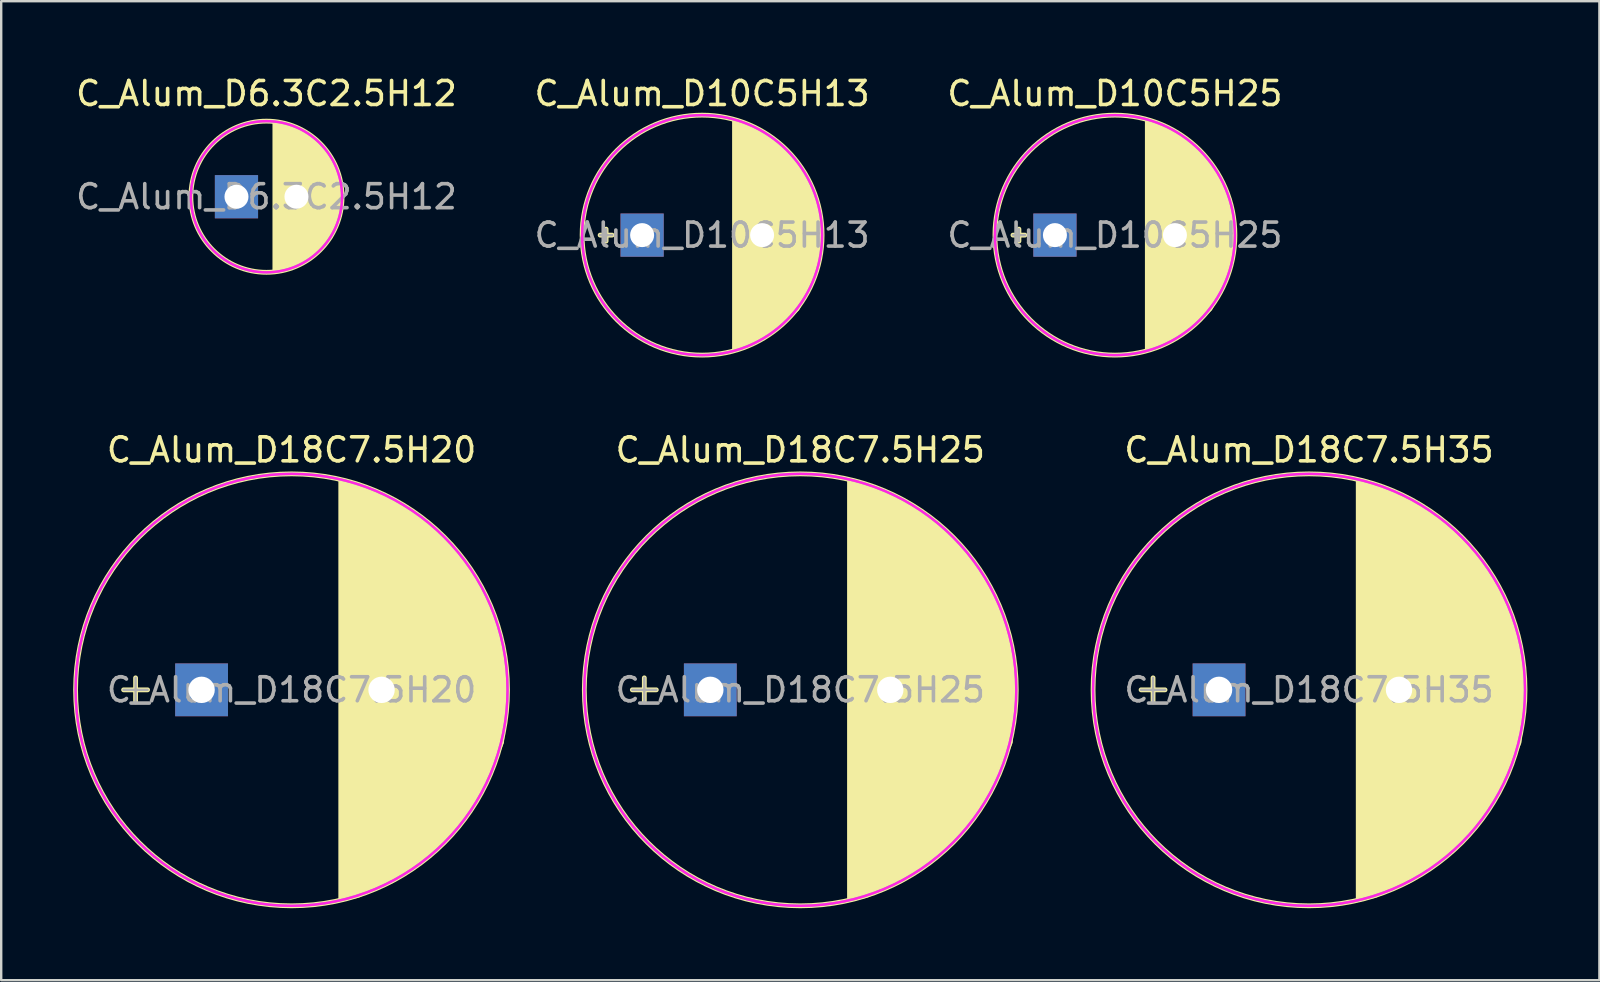
<source format=kicad_pcb>
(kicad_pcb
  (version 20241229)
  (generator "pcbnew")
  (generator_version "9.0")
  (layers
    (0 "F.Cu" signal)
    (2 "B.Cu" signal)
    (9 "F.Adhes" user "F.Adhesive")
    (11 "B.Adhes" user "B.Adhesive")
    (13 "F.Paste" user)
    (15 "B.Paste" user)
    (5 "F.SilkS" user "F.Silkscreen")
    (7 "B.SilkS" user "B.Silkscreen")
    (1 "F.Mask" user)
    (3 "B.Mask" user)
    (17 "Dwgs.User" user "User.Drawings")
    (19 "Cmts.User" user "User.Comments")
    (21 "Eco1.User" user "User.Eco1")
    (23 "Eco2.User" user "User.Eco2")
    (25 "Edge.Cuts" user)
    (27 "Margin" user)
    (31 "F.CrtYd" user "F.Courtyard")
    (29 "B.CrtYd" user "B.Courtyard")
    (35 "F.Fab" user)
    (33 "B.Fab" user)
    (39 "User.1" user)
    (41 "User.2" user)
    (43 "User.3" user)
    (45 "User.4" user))
  (footprint "C_Alum_D18C7.5H35"
    (layer "F.Cu")
    (at 51.5 25.697)
    (property "Reference" "C_Alum_D18C7.5H35" (at 0 -10 0) (layer "F.SilkS") (effects (font (size 1 1) (thickness 0.15))))
    (attr through_hole)
    (fp_line (start -7 0) (end -6 0) (stroke (width 0.2) (type solid)) (layer "F.SilkS"))
    (fp_line (start -6.5 -0.5) (end -6.5 0.5) (stroke (width 0.2) (type solid)) (layer "F.SilkS"))
    (fp_circle (center 0 0) (end 9 0) (stroke (width 0.2) (type solid)) (fill no) (layer "F.SilkS"))
    (fp_poly (pts (xy 4.1 -8) (xy 5.9 -6.8) (xy 7.2 -5.4) (xy 8.2 -3.7) (xy 8.8 -2) (xy 9 0) (xy 8.8 2.2) (xy 8.1 3.9) (xy 7 5.7) (xy 5.5 7.1) (xy 4.2 8) (xy 2.8 8.6) (xy 2 8.8) (xy 2 -8.8)) (stroke (width 0.1) (type solid)) (fill yes) (layer "F.SilkS"))
    (fp_circle (center 0 0) (end 9 0) (stroke (width 0.1) (type solid)) (fill no) (layer "F.CrtYd"))
    (fp_line (start -7 0) (end -6 0) (stroke (width 0.1) (type solid)) (layer "F.Fab"))
    (fp_line (start -6.5 0.5) (end -6.5 -0.5) (stroke (width 0.1) (type solid)) (layer "F.Fab"))
    (fp_circle (center 0 0) (end 9 0) (stroke (width 0.1) (type solid)) (fill no) (layer "F.Fab"))
    (fp_text user "${REFERENCE}" (at 0 0 0) (layer "F.Fab") (effects (font (size 1 1) (thickness 0.15))))
    (pad "1" thru_hole rect (at -3.75 0 180) (size 2.2 2.2) (drill 1.1) (layers "*.Cu" "*.Mask"))
    (pad "2" thru_hole circle (at 3.75 0) (size 2.2 2.2) (drill 1.1) (layers "*.Cu" "*.Mask")))
  (footprint "C_Alum_D10C5H13"
    (layer "F.Cu")
    (at 26.208 6.748)
    (property "Reference" "C_Alum_D10C5H13" (at 0 -5.9 0) (layer "F.SilkS") (effects (font (size 1 1) (thickness 0.15))))
    (attr through_hole)
    (fp_line (start -4.25 0) (end -3.75 0) (stroke (width 0.2) (type solid)) (layer "F.SilkS"))
    (fp_line (start -4 0.25) (end -4 -0.25) (stroke (width 0.2) (type solid)) (layer "F.SilkS"))
    (fp_circle (center 0 0) (end 5 0) (stroke (width 0.2) (type solid)) (fill no) (layer "F.SilkS"))
    (fp_poly (pts (xy 2.4 -4.4) (xy 3.4 -3.7) (xy 4.3 -2.6) (xy 4.8 -1.5) (xy 5 0) (xy 4.7 1.7) (xy 4 3.1) (xy 3 4) (xy 1.3 4.8) (xy 1.3 -4.8)) (stroke (width 0.1) (type solid)) (fill yes) (layer "F.SilkS"))
    (fp_circle (center 0 0) (end 5 0) (stroke (width 0.1) (type solid)) (fill no) (layer "F.CrtYd"))
    (fp_line (start -4.25 0) (end -3.75 0) (stroke (width 0.1) (type solid)) (layer "F.Fab"))
    (fp_line (start -4 0.25) (end -4 -0.25) (stroke (width 0.1) (type solid)) (layer "F.Fab"))
    (fp_circle (center 0 0) (end 5 0) (stroke (width 0.1) (type solid)) (fill no) (layer "F.Fab"))
    (fp_text user "${REFERENCE}" (at 0 0 0) (layer "F.Fab") (effects (font (size 1 1) (thickness 0.15))))
    (pad "1" thru_hole rect (at -2.5 0 180) (size 1.8 1.8) (drill 1) (layers "*.Cu" "*.Mask"))
    (pad "2" thru_hole circle (at 2.5 0) (size 1.8 1.8) (drill 1) (layers "*.Cu" "*.Mask")))
  (footprint "C_Alum_D18C7.5H25"
    (layer "F.Cu")
    (at 30.3 25.697)
    (property "Reference" "C_Alum_D18C7.5H25" (at 0 -10 0) (layer "F.SilkS") (effects (font (size 1 1) (thickness 0.15))))
    (attr through_hole)
    (fp_line (start -7 0) (end -6 0) (stroke (width 0.2) (type solid)) (layer "F.SilkS"))
    (fp_line (start -6.5 -0.5) (end -6.5 0.5) (stroke (width 0.2) (type solid)) (layer "F.SilkS"))
    (fp_circle (center 0 0) (end 9 0) (stroke (width 0.2) (type solid)) (fill no) (layer "F.SilkS"))
    (fp_poly (pts (xy 4.1 -8) (xy 5.9 -6.8) (xy 7.2 -5.4) (xy 8.2 -3.7) (xy 8.8 -2) (xy 9 0) (xy 8.8 2.2) (xy 8.1 3.9) (xy 7 5.7) (xy 5.5 7.1) (xy 4.2 8) (xy 2.8 8.6) (xy 2 8.8) (xy 2 -8.8)) (stroke (width 0.1) (type solid)) (fill yes) (layer "F.SilkS"))
    (fp_circle (center 0 0) (end 9 0) (stroke (width 0.1) (type solid)) (fill no) (layer "F.CrtYd"))
    (fp_line (start -7 0) (end -6 0) (stroke (width 0.1) (type solid)) (layer "F.Fab"))
    (fp_line (start -6.5 0.5) (end -6.5 -0.5) (stroke (width 0.1) (type solid)) (layer "F.Fab"))
    (fp_circle (center 0 0) (end 9 0) (stroke (width 0.1) (type solid)) (fill no) (layer "F.Fab"))
    (fp_text user "${REFERENCE}" (at 0 0 0) (layer "F.Fab") (effects (font (size 1 1) (thickness 0.15))))
    (pad "1" thru_hole rect (at -3.75 0 180) (size 2.2 2.2) (drill 1.1) (layers "*.Cu" "*.Mask"))
    (pad "2" thru_hole circle (at 3.75 0) (size 2.2 2.2) (drill 1.1) (layers "*.Cu" "*.Mask")))
  (footprint "C_Alum_D18C7.5H20"
    (layer "F.Cu")
    (at 9.1 25.697)
    (property "Reference" "C_Alum_D18C7.5H20" (at 0 -10 0) (layer "F.SilkS") (effects (font (size 1 1) (thickness 0.15))))
    (attr through_hole)
    (fp_line (start -7 0) (end -6 0) (stroke (width 0.2) (type solid)) (layer "F.SilkS"))
    (fp_line (start -6.5 -0.5) (end -6.5 0.5) (stroke (width 0.2) (type solid)) (layer "F.SilkS"))
    (fp_circle (center 0 0) (end 9 0) (stroke (width 0.2) (type solid)) (fill no) (layer "F.SilkS"))
    (fp_poly (pts (xy 4.1 -8) (xy 5.9 -6.8) (xy 7.2 -5.4) (xy 8.2 -3.7) (xy 8.8 -2) (xy 9 0) (xy 8.8 2.2) (xy 8.1 3.9) (xy 7 5.7) (xy 5.5 7.1) (xy 4.2 8) (xy 2.8 8.6) (xy 2 8.8) (xy 2 -8.8)) (stroke (width 0.1) (type solid)) (fill yes) (layer "F.SilkS"))
    (fp_circle (center 0 0) (end 9 0) (stroke (width 0.1) (type solid)) (fill no) (layer "F.CrtYd"))
    (fp_line (start -7 0) (end -6 0) (stroke (width 0.1) (type solid)) (layer "F.Fab"))
    (fp_line (start -6.5 0.5) (end -6.5 -0.5) (stroke (width 0.1) (type solid)) (layer "F.Fab"))
    (fp_circle (center 0 0) (end 9 0) (stroke (width 0.1) (type solid)) (fill no) (layer "F.Fab"))
    (fp_text user "${REFERENCE}" (at 0 0 0) (layer "F.Fab") (effects (font (size 1 1) (thickness 0.15))))
    (pad "1" thru_hole rect (at -3.75 0 180) (size 2.2 2.2) (drill 1.1) (layers "*.Cu" "*.Mask"))
    (pad "2" thru_hole circle (at 3.75 0) (size 2.2 2.2) (drill 1.1) (layers "*.Cu" "*.Mask")))
  (footprint "C_Alum_D10C5H25"
    (layer "F.Cu")
    (at 43.411 6.748)
    (property "Reference" "C_Alum_D10C5H25" (at 0 -5.9 0) (layer "F.SilkS") (effects (font (size 1 1) (thickness 0.15))))
    (attr through_hole)
    (fp_line (start -4.25 0) (end -3.75 0) (stroke (width 0.2) (type solid)) (layer "F.SilkS"))
    (fp_line (start -4 0.25) (end -4 -0.25) (stroke (width 0.2) (type solid)) (layer "F.SilkS"))
    (fp_circle (center 0 0) (end 5 0) (stroke (width 0.2) (type solid)) (fill no) (layer "F.SilkS"))
    (fp_poly (pts (xy 2.4 -4.4) (xy 3.4 -3.7) (xy 4.3 -2.6) (xy 4.8 -1.5) (xy 5 0) (xy 4.7 1.7) (xy 4 3.1) (xy 3 4) (xy 1.3 4.8) (xy 1.3 -4.8)) (stroke (width 0.1) (type solid)) (fill yes) (layer "F.SilkS"))
    (fp_circle (center 0 0) (end 5 0) (stroke (width 0.1) (type solid)) (fill no) (layer "F.CrtYd"))
    (fp_line (start -4.25 0) (end -3.75 0) (stroke (width 0.1) (type solid)) (layer "F.Fab"))
    (fp_line (start -4 0.25) (end -4 -0.25) (stroke (width 0.1) (type solid)) (layer "F.Fab"))
    (fp_circle (center 0 0) (end 5 0) (stroke (width 0.1) (type solid)) (fill no) (layer "F.Fab"))
    (fp_text user "${REFERENCE}" (at 0 0 0) (layer "F.Fab") (effects (font (size 1 1) (thickness 0.15))))
    (pad "1" thru_hole rect (at -2.5 0 180) (size 1.8 1.8) (drill 1) (layers "*.Cu" "*.Mask"))
    (pad "2" thru_hole circle (at 2.5 0) (size 1.8 1.8) (drill 1) (layers "*.Cu" "*.Mask")))
  (footprint "C_Alum_D6.3C2.5H12"
    (layer "F.Cu")
    (at 8.054 5.148)
    (property "Reference" "C_Alum_D6.3C2.5H12" (at 0 -4.3 0) (layer "F.SilkS") (effects (font (size 1 1) (thickness 0.15))))
    (attr through_hole)
    (fp_circle (center 0 0) (end 3.15 0) (stroke (width 0.2) (type solid)) (fill no) (layer "F.SilkS"))
    (fp_poly (pts (xy 1.3 -2.9) (xy 2.1 -2.4) (xy 2.8 -1.5) (xy 3.125 -0.4) (xy 3.075 0.8) (xy 2.7 1.7) (xy 2 2.4) (xy 0.9 3) (xy 0.3 3.1) (xy 0.3 -3.1)) (stroke (width 0.1) (type solid)) (fill yes) (layer "F.SilkS"))
    (fp_circle (center 0 0) (end 3.15 0) (stroke (width 0.1) (type solid)) (fill no) (layer "F.CrtYd"))
    (fp_circle (center 0 0) (end 3.15 0) (stroke (width 0.1) (type solid)) (fill no) (layer "F.Fab"))
    (fp_text user "${REFERENCE}" (at 0 0 0) (layer "F.Fab") (effects (font (size 1 1) (thickness 0.15))))
    (pad "1" thru_hole rect (at -1.25 0 180) (size 1.8 1.8) (drill 1) (layers "*.Cu" "*.Mask"))
    (pad "2" thru_hole circle (at 1.25 0 180) (size 1.8 1.8) (drill 1) (layers "*.Cu" "*.Mask")))
  (gr_rect
    (start -3 -3)
    (end 63.6 37.797)
    (stroke (width 0.1) (type default))
    (fill no)
    (layer "Edge.Cuts")))
</source>
